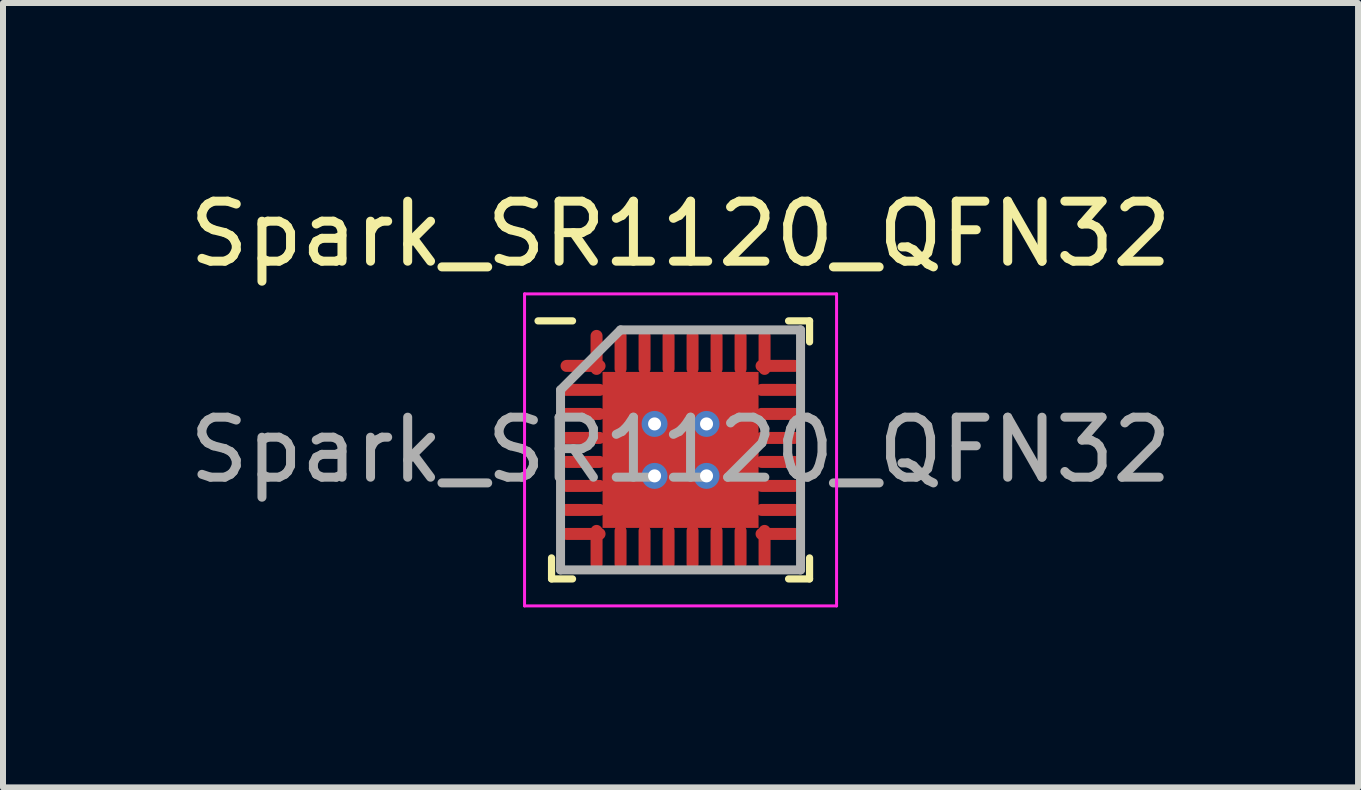
<source format=kicad_pcb>
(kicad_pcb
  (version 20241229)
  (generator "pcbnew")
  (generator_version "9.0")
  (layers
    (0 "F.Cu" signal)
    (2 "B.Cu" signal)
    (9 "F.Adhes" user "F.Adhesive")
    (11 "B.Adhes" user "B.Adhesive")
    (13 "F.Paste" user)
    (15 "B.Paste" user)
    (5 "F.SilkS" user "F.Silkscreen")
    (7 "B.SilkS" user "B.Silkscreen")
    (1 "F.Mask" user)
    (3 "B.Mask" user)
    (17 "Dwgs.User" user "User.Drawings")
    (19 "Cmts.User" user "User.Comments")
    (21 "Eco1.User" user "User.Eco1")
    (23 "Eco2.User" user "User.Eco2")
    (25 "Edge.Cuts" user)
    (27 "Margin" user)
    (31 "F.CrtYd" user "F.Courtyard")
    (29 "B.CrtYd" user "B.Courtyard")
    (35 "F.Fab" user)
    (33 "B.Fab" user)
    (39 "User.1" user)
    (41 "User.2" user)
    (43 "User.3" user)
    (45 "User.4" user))
  (footprint "Spark_SR1120_QFN32"
    (layer "F.Cu")
    (at 8.292 4.448)
    (property "Reference" "Spark_SR1120_QFN32" (at 0 -3.6 0) (layer "F.SilkS") (effects (font (size 1 1) (thickness 0.15))))
    (attr smd)
    (fp_line (start -2.15 2.15) (end -2.15 1.8) (stroke (width 0.12) (type default)) (layer "F.SilkS"))
    (fp_line (start -1.8 -2.15) (end -2.375 -2.15) (stroke (width 0.12) (type default)) (layer "F.SilkS"))
    (fp_line (start -1.8 2.15) (end -2.15 2.15) (stroke (width 0.12) (type default)) (layer "F.SilkS"))
    (fp_line (start 1.8 -2.15) (end 2.15 -2.15) (stroke (width 0.12) (type default)) (layer "F.SilkS"))
    (fp_line (start 1.8 2.15) (end 2.15 2.15) (stroke (width 0.12) (type default)) (layer "F.SilkS"))
    (fp_line (start 2.15 -2.15) (end 2.15 -1.8) (stroke (width 0.12) (type default)) (layer "F.SilkS"))
    (fp_line (start 2.15 2.15) (end 2.15 1.8) (stroke (width 0.12) (type default)) (layer "F.SilkS"))
    (fp_line (start -2.6 -2.6) (end 2.6 -2.6) (stroke (width 0.05) (type default)) (layer "F.CrtYd"))
    (fp_line (start -2.6 2.6) (end -2.6 -2.6) (stroke (width 0.05) (type default)) (layer "F.CrtYd"))
    (fp_line (start 2.6 -2.6) (end 2.6 2.6) (stroke (width 0.05) (type default)) (layer "F.CrtYd"))
    (fp_line (start 2.6 2.6) (end -2.6 2.6) (stroke (width 0.05) (type default)) (layer "F.CrtYd"))
    (fp_line (start -2 -1) (end -2 2) (stroke (width 0.15) (type default)) (layer "F.Fab"))
    (fp_line (start -2 2) (end 2 2) (stroke (width 0.15) (type default)) (layer "F.Fab"))
    (fp_line (start -1 -2) (end -2 -1) (stroke (width 0.15) (type default)) (layer "F.Fab"))
    (fp_line (start 2 -2) (end -1 -2) (stroke (width 0.15) (type default)) (layer "F.Fab"))
    (fp_line (start 2 2) (end 2 -2) (stroke (width 0.15) (type default)) (layer "F.Fab"))
    (fp_text user "${REFERENCE}" (at 0 0 0) (layer "F.Fab") (effects (font (size 1 1) (thickness 0.15))))
    (pad "" smd rect (at -0.867 -0.867) (size 0.117 0.117) (layers "F.Paste"))
    (pad "" smd rect (at -0.867 0) (size 0.117 0.117) (layers "F.Paste"))
    (pad "" smd rect (at -0.867 0.867) (size 0.117 0.117) (layers "F.Paste"))
    (pad "" smd rect (at 0 -0.867) (size 0.117 0.117) (layers "F.Paste"))
    (pad "" smd rect (at 0 0) (size 0.117 0.117) (layers "F.Paste"))
    (pad "" smd rect (at 0 0.867) (size 0.117 0.117) (layers "F.Paste"))
    (pad "" smd rect (at 0.867 -0.867) (size 0.117 0.117) (layers "F.Paste"))
    (pad "" smd rect (at 0.867 0) (size 0.117 0.117) (layers "F.Paste"))
    (pad "" smd rect (at 0.867 0.867) (size 0.117 0.117) (layers "F.Paste"))
    (pad "1" smd oval (at -1.625 -1.4 90) (size 0.2 0.75) (layers "F.Cu" "F.Mask" "F.Paste"))
    (pad "2" smd oval (at -1.625 -1 90) (size 0.2 0.75) (layers "F.Cu" "F.Mask" "F.Paste"))
    (pad "3" smd oval (at -1.625 -0.6 90) (size 0.2 0.75) (layers "F.Cu" "F.Mask" "F.Paste"))
    (pad "4" smd oval (at -1.625 -0.2 90) (size 0.2 0.75) (layers "F.Cu" "F.Mask" "F.Paste"))
    (pad "5" smd oval (at -1.625 0.2 90) (size 0.2 0.75) (layers "F.Cu" "F.Mask" "F.Paste"))
    (pad "6" smd oval (at -1.625 0.6 90) (size 0.2 0.75) (layers "F.Cu" "F.Mask" "F.Paste"))
    (pad "7" smd oval (at -1.625 1 90) (size 0.2 0.75) (layers "F.Cu" "F.Mask" "F.Paste"))
    (pad "8" smd oval (at -1.625 1.4 90) (size 0.2 0.75) (layers "F.Cu" "F.Mask" "F.Paste"))
    (pad "9" smd oval (at -1.4 1.625) (size 0.2 0.75) (layers "F.Cu" "F.Mask" "F.Paste"))
    (pad "10" smd oval (at -1 1.625) (size 0.2 0.75) (layers "F.Cu" "F.Mask" "F.Paste"))
    (pad "11" smd oval (at -0.6 1.625) (size 0.2 0.75) (layers "F.Cu" "F.Mask" "F.Paste"))
    (pad "12" smd oval (at -0.2 1.625) (size 0.2 0.75) (layers "F.Cu" "F.Mask" "F.Paste"))
    (pad "13" smd oval (at 0.2 1.625) (size 0.2 0.75) (layers "F.Cu" "F.Mask" "F.Paste"))
    (pad "14" smd oval (at 0.6 1.625) (size 0.2 0.75) (layers "F.Cu" "F.Mask" "F.Paste"))
    (pad "15" smd oval (at 1 1.625) (size 0.2 0.75) (layers "F.Cu" "F.Mask" "F.Paste"))
    (pad "16" smd oval (at 1.4 1.625) (size 0.2 0.75) (layers "F.Cu" "F.Mask" "F.Paste"))
    (pad "17" smd oval (at 1.625 1.4 90) (size 0.2 0.75) (layers "F.Cu" "F.Mask" "F.Paste"))
    (pad "18" smd oval (at 1.625 1 90) (size 0.2 0.75) (layers "F.Cu" "F.Mask" "F.Paste"))
    (pad "19" smd oval (at 1.625 0.6 90) (size 0.2 0.75) (layers "F.Cu" "F.Mask" "F.Paste"))
    (pad "20" smd oval (at 1.625 0.2 90) (size 0.2 0.75) (layers "F.Cu" "F.Mask" "F.Paste"))
    (pad "21" smd oval (at 1.625 -0.2 90) (size 0.2 0.75) (layers "F.Cu" "F.Mask" "F.Paste"))
    (pad "22" smd oval (at 1.625 -0.6 90) (size 0.2 0.75) (layers "F.Cu" "F.Mask" "F.Paste"))
    (pad "23" smd oval (at 1.625 -1 90) (size 0.2 0.75) (layers "F.Cu" "F.Mask" "F.Paste"))
    (pad "24" smd oval (at 1.625 -1.4 90) (size 0.2 0.75) (layers "F.Cu" "F.Mask" "F.Paste"))
    (pad "25" smd oval (at 1.4 -1.625) (size 0.2 0.75) (layers "F.Cu" "F.Mask" "F.Paste"))
    (pad "26" smd oval (at 1 -1.625) (size 0.2 0.75) (layers "F.Cu" "F.Mask" "F.Paste"))
    (pad "27" smd oval (at 0.6 -1.625) (size 0.2 0.75) (layers "F.Cu" "F.Mask" "F.Paste"))
    (pad "28" smd oval (at 0.2 -1.625) (size 0.2 0.75) (layers "F.Cu" "F.Mask" "F.Paste"))
    (pad "29" smd oval (at -0.2 -1.625) (size 0.2 0.75) (layers "F.Cu" "F.Mask" "F.Paste"))
    (pad "30" smd oval (at -0.6 -1.625) (size 0.2 0.75) (layers "F.Cu" "F.Mask" "F.Paste"))
    (pad "31" smd oval (at -1 -1.625) (size 0.2 0.75) (layers "F.Cu" "F.Mask" "F.Paste"))
    (pad "32" smd oval (at -1.4 -1.625) (size 0.2 0.75) (layers "F.Cu" "F.Mask" "F.Paste"))
    (pad "33" thru_hole circle (at -0.433 -0.433) (size 0.433 0.433) (drill 0.217) (property pad_prop_heatsink) (layers "*.Cu" "*.Mask"))
    (pad "33" thru_hole circle (at -0.433 0.433) (size 0.433 0.433) (drill 0.217) (property pad_prop_heatsink) (layers "*.Cu" "*.Mask"))
    (pad "33" smd rect (at 0 0) (size 2.6 2.6) (layers "F.Cu" "F.Mask"))
    (pad "33" thru_hole circle (at 0.433 -0.433) (size 0.433 0.433) (drill 0.217) (property pad_prop_heatsink) (layers "*.Cu" "*.Mask"))
    (pad "33" thru_hole circle (at 0.433 0.433) (size 0.433 0.433) (drill 0.217) (property pad_prop_heatsink) (layers "*.Cu" "*.Mask")))
  (gr_rect
    (start -3 -3)
    (end 19.583 10.073)
    (stroke (width 0.1) (type default))
    (fill no)
    (layer "Edge.Cuts")))
</source>
